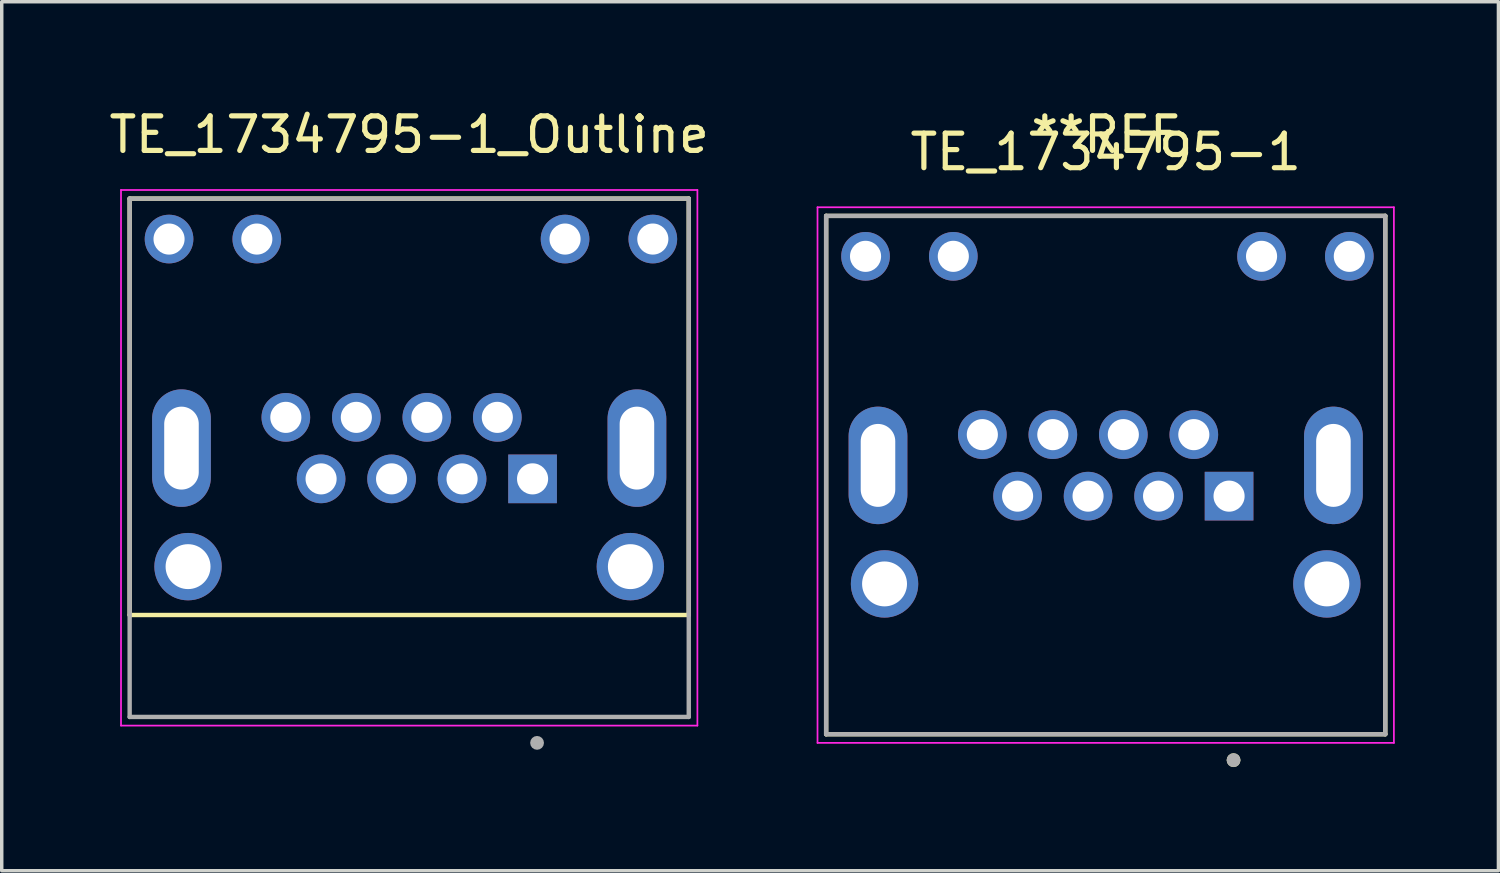
<source format=kicad_pcb>
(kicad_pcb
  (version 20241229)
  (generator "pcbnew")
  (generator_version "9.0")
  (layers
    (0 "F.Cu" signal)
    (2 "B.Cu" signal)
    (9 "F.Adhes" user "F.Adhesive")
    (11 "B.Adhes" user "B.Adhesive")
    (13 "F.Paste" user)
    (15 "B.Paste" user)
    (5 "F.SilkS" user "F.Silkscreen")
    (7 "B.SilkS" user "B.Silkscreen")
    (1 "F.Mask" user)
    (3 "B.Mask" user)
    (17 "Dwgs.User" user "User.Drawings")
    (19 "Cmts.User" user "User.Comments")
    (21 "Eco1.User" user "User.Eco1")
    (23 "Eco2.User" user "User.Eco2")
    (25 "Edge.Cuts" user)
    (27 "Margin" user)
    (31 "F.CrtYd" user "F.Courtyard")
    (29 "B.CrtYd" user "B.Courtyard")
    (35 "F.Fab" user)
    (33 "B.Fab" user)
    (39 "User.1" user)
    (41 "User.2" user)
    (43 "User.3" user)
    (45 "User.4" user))
  (footprint "TE_1734795-1_Outline"
    (layer "F.Cu")
    (at 8.792 0.348)
    (property "Reference" "TE_1734795-1_Outline" (at 0 0.5 0) (layer "F.SilkS") (effects (font (size 1 1) (thickness 0.15))))
    (attr through_hole)
    (fp_line (start -8.09 2.35) (end -8.09 14.4) (stroke (width 0.127) (type solid)) (layer "F.SilkS"))
    (fp_line (start -8.09 14.4) (end 8.09 14.4) (stroke (width 0.127) (type solid)) (layer "F.SilkS"))
    (fp_line (start 8.09 2.35) (end -8.09 2.35) (stroke (width 0.127) (type solid)) (layer "F.SilkS"))
    (fp_line (start 8.09 14.4) (end 8.09 2.35) (stroke (width 0.127) (type solid)) (layer "F.SilkS"))
    (fp_line (start -8.34 2.1) (end 8.34 2.1) (stroke (width 0.05) (type solid)) (layer "F.CrtYd"))
    (fp_line (start -8.34 17.6) (end -8.34 2.1) (stroke (width 0.05) (type solid)) (layer "F.CrtYd"))
    (fp_line (start 8.34 2.1) (end 8.34 17.6) (stroke (width 0.05) (type solid)) (layer "F.CrtYd"))
    (fp_line (start 8.34 17.6) (end -8.34 17.6) (stroke (width 0.05) (type solid)) (layer "F.CrtYd"))
    (fp_line (start -8.09 2.35) (end -8.09 17.35) (stroke (width 0.127) (type solid)) (layer "F.Fab"))
    (fp_line (start -8.09 17.35) (end 8.09 17.35) (stroke (width 0.127) (type solid)) (layer "F.Fab"))
    (fp_line (start 8.09 2.35) (end -8.09 2.35) (stroke (width 0.127) (type solid)) (layer "F.Fab"))
    (fp_line (start 8.09 17.35) (end 8.09 2.35) (stroke (width 0.127) (type solid)) (layer "F.Fab"))
    (fp_circle (center 3.7 18.1) (end 3.8 18.1) (stroke (width 0.2) (type solid)) (fill no) (layer "F.Fab"))
    (fp_line (start -5 15) (end 5 15) (stroke (width 0.12) (type solid)) (layer "User.1"))
    (fp_line (start -5 16.5) (end -5 15) (stroke (width 0.12) (type solid)) (layer "User.1"))
    (fp_line (start 5 16.5) (end 5 15) (stroke (width 0.12) (type solid)) (layer "User.1"))
    (pad "1" thru_hole rect (at 3.57 10.46) (size 1.408 1.408) (drill 0.9) (layers "*.Cu" "*.Mask"))
    (pad "2" thru_hole circle (at 2.55 8.68) (size 1.408 1.408) (drill 0.9) (layers "*.Cu" "*.Mask"))
    (pad "3" thru_hole circle (at 1.53 10.46) (size 1.408 1.408) (drill 0.9) (layers "*.Cu" "*.Mask"))
    (pad "4" thru_hole circle (at 0.51 8.68) (size 1.408 1.408) (drill 0.9) (layers "*.Cu" "*.Mask"))
    (pad "5" thru_hole circle (at -0.51 10.46) (size 1.408 1.408) (drill 0.9) (layers "*.Cu" "*.Mask"))
    (pad "6" thru_hole circle (at -1.53 8.68) (size 1.408 1.408) (drill 0.9) (layers "*.Cu" "*.Mask"))
    (pad "7" thru_hole circle (at -2.55 10.46) (size 1.408 1.408) (drill 0.9) (layers "*.Cu" "*.Mask"))
    (pad "8" thru_hole circle (at -3.57 8.68) (size 1.408 1.408) (drill 0.9) (layers "*.Cu" "*.Mask"))
    (pad "9" thru_hole circle (at 7.05 3.52) (size 1.408 1.408) (drill 0.9) (layers "*.Cu" "*.Mask"))
    (pad "10" thru_hole circle (at 4.51 3.52) (size 1.408 1.408) (drill 0.9) (layers "*.Cu" "*.Mask"))
    (pad "11" thru_hole circle (at -4.41 3.52) (size 1.408 1.408) (drill 0.9) (layers "*.Cu" "*.Mask"))
    (pad "12" thru_hole circle (at -6.95 3.52) (size 1.408 1.408) (drill 0.9) (layers "*.Cu" "*.Mask"))
    (pad "13" thru_hole oval (at -6.59 9.57) (size 1.7 3.4) (drill oval 1 2.4) (layers "*.Cu" "*.Mask"))
    (pad "14" thru_hole oval (at 6.59 9.57) (size 1.7 3.4) (drill oval 1 2.4) (layers "*.Cu" "*.Mask"))
    (pad "15" thru_hole circle (at -6.4 13) (size 1.95 1.95) (drill 1.3) (layers "*.Cu" "*.Mask"))
    (pad "16" thru_hole circle (at 6.4 13) (size 1.95 1.95) (drill 1.3) (layers "*.Cu" "*.Mask")))
  (footprint "TE_1734795-1"
    (layer "F.Cu")
    (at 28.948 0.848)
    (property "Reference" "TE_1734795-1" (at 0 0.5 0) (layer "F.SilkS") (effects (font (size 1 1) (thickness 0.15))))
    (attr through_hole)
    (fp_line (start -8.09 2.35) (end -8.09 17.35) (stroke (width 0.127) (type solid)) (layer "F.SilkS"))
    (fp_line (start -8.09 17.35) (end 8.09 17.35) (stroke (width 0.127) (type solid)) (layer "F.SilkS"))
    (fp_line (start 8.09 2.35) (end -8.09 2.35) (stroke (width 0.127) (type solid)) (layer "F.SilkS"))
    (fp_line (start 8.09 17.35) (end 8.09 2.35) (stroke (width 0.127) (type solid)) (layer "F.SilkS"))
    (fp_circle (center 3.7 18.1) (end 3.8 18.1) (stroke (width 0.2) (type solid)) (fill no) (layer "F.SilkS"))
    (fp_line (start -8.34 2.1) (end 8.34 2.1) (stroke (width 0.05) (type solid)) (layer "F.CrtYd"))
    (fp_line (start -8.34 17.6) (end -8.34 2.1) (stroke (width 0.05) (type solid)) (layer "F.CrtYd"))
    (fp_line (start 8.34 2.1) (end 8.34 17.6) (stroke (width 0.05) (type solid)) (layer "F.CrtYd"))
    (fp_line (start 8.34 17.6) (end -8.34 17.6) (stroke (width 0.05) (type solid)) (layer "F.CrtYd"))
    (fp_line (start -8.09 2.35) (end -8.09 17.35) (stroke (width 0.127) (type solid)) (layer "F.Fab"))
    (fp_line (start -8.09 17.35) (end 8.09 17.35) (stroke (width 0.127) (type solid)) (layer "F.Fab"))
    (fp_line (start 8.09 2.35) (end -8.09 2.35) (stroke (width 0.127) (type solid)) (layer "F.Fab"))
    (fp_line (start 8.09 17.35) (end 8.09 2.35) (stroke (width 0.127) (type solid)) (layer "F.Fab"))
    (fp_circle (center 3.7 18.1) (end 3.8 18.1) (stroke (width 0.2) (type solid)) (fill no) (layer "F.Fab"))
    (fp_line (start -5 15) (end 5 15) (stroke (width 0.12) (type solid)) (layer "User.1"))
    (fp_line (start -5 16.5) (end -5 15) (stroke (width 0.12) (type solid)) (layer "User.1"))
    (fp_line (start 5 16.5) (end 5 15) (stroke (width 0.12) (type solid)) (layer "User.1"))
    (fp_text user "**REF" (at 0 0 0) (unlocked yes) (layer "F.SilkS") (effects (font (size 1 1) (thickness 0.15))))
    (pad "1" thru_hole rect (at 3.57 10.46) (size 1.408 1.408) (drill 0.9) (layers "*.Cu" "*.Mask"))
    (pad "2" thru_hole circle (at 2.55 8.68) (size 1.408 1.408) (drill 0.9) (layers "*.Cu" "*.Mask"))
    (pad "3" thru_hole circle (at 1.53 10.46) (size 1.408 1.408) (drill 0.9) (layers "*.Cu" "*.Mask"))
    (pad "4" thru_hole circle (at 0.51 8.68) (size 1.408 1.408) (drill 0.9) (layers "*.Cu" "*.Mask"))
    (pad "5" thru_hole circle (at -0.51 10.46) (size 1.408 1.408) (drill 0.9) (layers "*.Cu" "*.Mask"))
    (pad "6" thru_hole circle (at -1.53 8.68) (size 1.408 1.408) (drill 0.9) (layers "*.Cu" "*.Mask"))
    (pad "7" thru_hole circle (at -2.55 10.46) (size 1.408 1.408) (drill 0.9) (layers "*.Cu" "*.Mask"))
    (pad "8" thru_hole circle (at -3.57 8.68) (size 1.408 1.408) (drill 0.9) (layers "*.Cu" "*.Mask"))
    (pad "9" thru_hole circle (at 7.05 3.52) (size 1.408 1.408) (drill 0.9) (layers "*.Cu" "*.Mask"))
    (pad "10" thru_hole circle (at 4.51 3.52) (size 1.408 1.408) (drill 0.9) (layers "*.Cu" "*.Mask"))
    (pad "11" thru_hole circle (at -4.41 3.52) (size 1.408 1.408) (drill 0.9) (layers "*.Cu" "*.Mask"))
    (pad "12" thru_hole circle (at -6.95 3.52) (size 1.408 1.408) (drill 0.9) (layers "*.Cu" "*.Mask"))
    (pad "13" thru_hole oval (at -6.59 9.57) (size 1.7 3.4) (drill oval 1 2.4) (layers "*.Cu" "*.Mask"))
    (pad "14" thru_hole oval (at 6.59 9.57) (size 1.7 3.4) (drill oval 1 2.4) (layers "*.Cu" "*.Mask"))
    (pad "15" thru_hole circle (at -6.4 13) (size 1.95 1.95) (drill 1.3) (layers "*.Cu" "*.Mask"))
    (pad "16" thru_hole circle (at 6.4 13) (size 1.95 1.95) (drill 1.3) (layers "*.Cu" "*.Mask")))
  (gr_rect
    (start -3 -3)
    (end 40.313 22.148)
    (stroke (width 0.1) (type default))
    (fill no)
    (layer "Edge.Cuts")))
</source>
